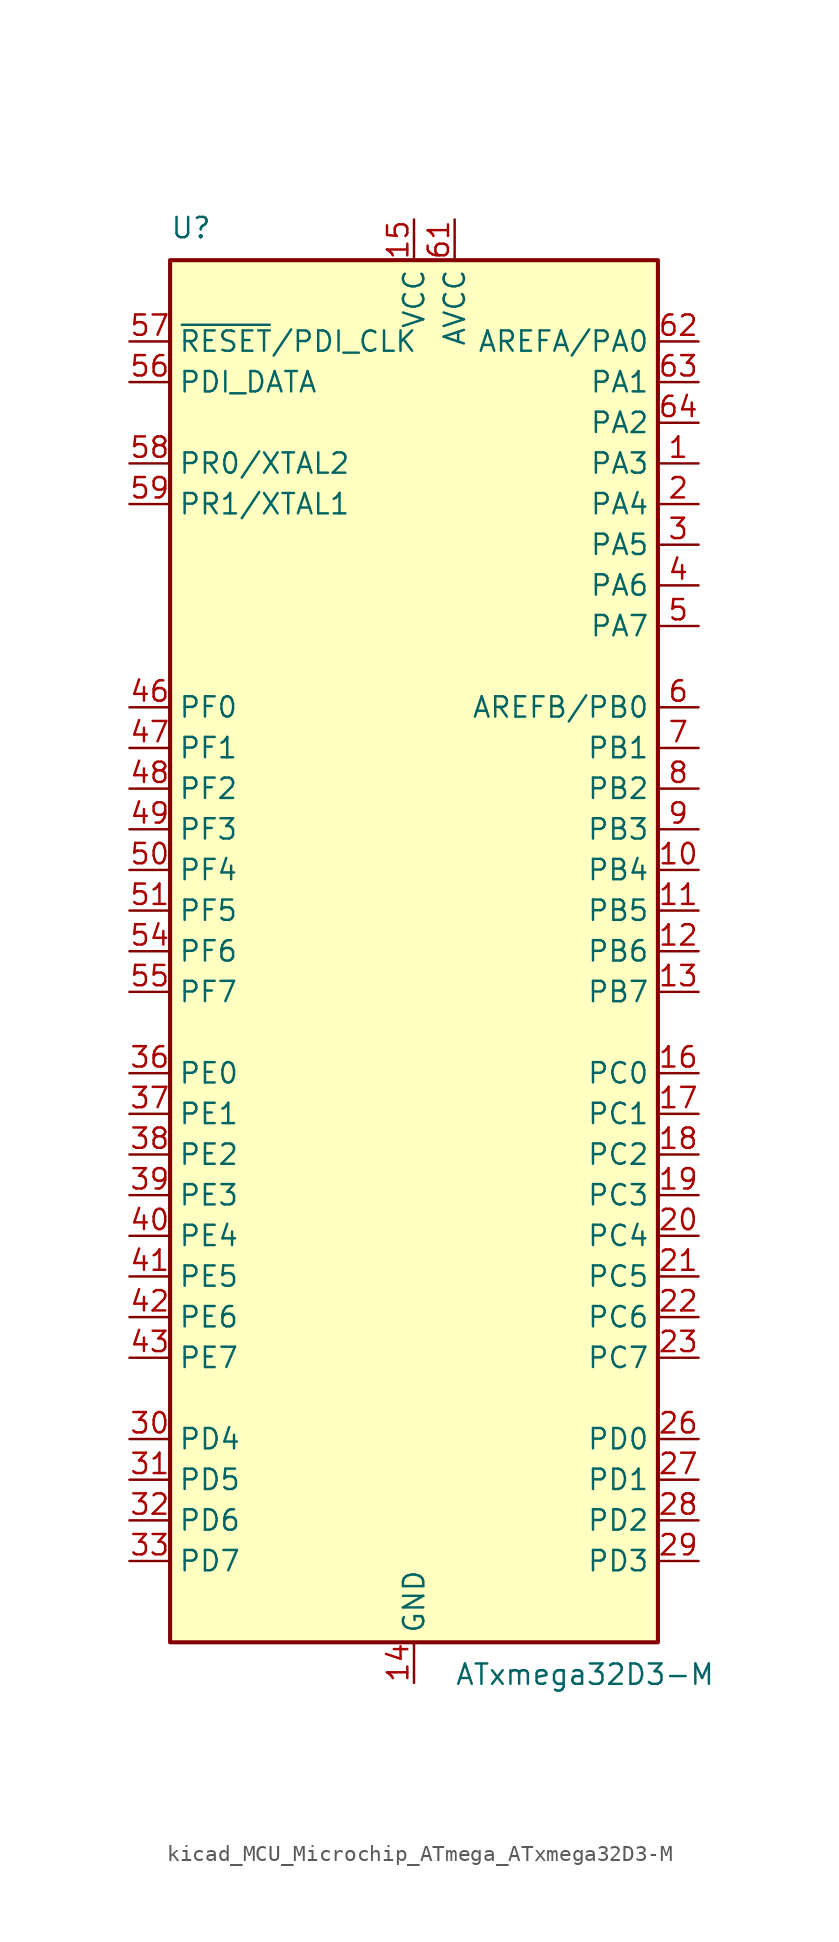
<source format=kicad_sym>
(kicad_symbol_lib
  (version 20220914)
  (generator kicad_symbol_editor)
  (symbol "kicad_MCU_Microchip_ATmega_ATxmega32D3-M"
    (property "Reference" "U"
      (at -15.24 44.45 0)
      (effects (font (size 1.27 1.27)) (justify left bottom)))
    (property "Value" "ATxmega32D3-M"
      (at 2.54 -44.45 0)
      (effects (font (size 1.27 1.27)) (justify left top)))
    (symbol "kicad_MCU_Microchip_ATmega_ATxmega32D3-M_0_1"
      (rectangle (start -15.24 -43.18) (end 15.24 43.18) (stroke (width 0.254) (type default)) (fill (type background))))
    (symbol "kicad_MCU_Microchip_ATmega_ATxmega32D3-M_1_1"
      (pin bidirectional line (at 17.78 30.48 180) (length 2.54) (name "PA3" (effects (font (size 1.27 1.27)))) (number "1" (effects (font (size 1.27 1.27)))))
      (pin bidirectional line (at 17.78 5.08 180) (length 2.54) (name "PB4" (effects (font (size 1.27 1.27)))) (number "10" (effects (font (size 1.27 1.27)))))
      (pin bidirectional line (at 17.78 2.54 180) (length 2.54) (name "PB5" (effects (font (size 1.27 1.27)))) (number "11" (effects (font (size 1.27 1.27)))))
      (pin bidirectional line (at 17.78 0 180) (length 2.54) (name "PB6" (effects (font (size 1.27 1.27)))) (number "12" (effects (font (size 1.27 1.27)))))
      (pin bidirectional line (at 17.78 -2.54 180) (length 2.54) (name "PB7" (effects (font (size 1.27 1.27)))) (number "13" (effects (font (size 1.27 1.27)))))
      (pin power_in line (at 0 -45.72 90) (length 2.54) (name "GND" (effects (font (size 1.27 1.27)))) (number "14" (effects (font (size 1.27 1.27)))))
      (pin power_in line (at 0 45.72 270) (length 2.54) (name "VCC" (effects (font (size 1.27 1.27)))) (number "15" (effects (font (size 1.27 1.27)))))
      (pin bidirectional line (at 17.78 -7.62 180) (length 2.54) (name "PC0" (effects (font (size 1.27 1.27)))) (number "16" (effects (font (size 1.27 1.27)))))
      (pin bidirectional line (at 17.78 -10.16 180) (length 2.54) (name "PC1" (effects (font (size 1.27 1.27)))) (number "17" (effects (font (size 1.27 1.27)))))
      (pin bidirectional line (at 17.78 -12.7 180) (length 2.54) (name "PC2" (effects (font (size 1.27 1.27)))) (number "18" (effects (font (size 1.27 1.27)))))
      (pin bidirectional line (at 17.78 -15.24 180) (length 2.54) (name "PC3" (effects (font (size 1.27 1.27)))) (number "19" (effects (font (size 1.27 1.27)))))
      (pin bidirectional line (at 17.78 27.94 180) (length 2.54) (name "PA4" (effects (font (size 1.27 1.27)))) (number "2" (effects (font (size 1.27 1.27)))))
      (pin bidirectional line (at 17.78 -17.78 180) (length 2.54) (name "PC4" (effects (font (size 1.27 1.27)))) (number "20" (effects (font (size 1.27 1.27)))))
      (pin bidirectional line (at 17.78 -20.32 180) (length 2.54) (name "PC5" (effects (font (size 1.27 1.27)))) (number "21" (effects (font (size 1.27 1.27)))))
      (pin bidirectional line (at 17.78 -22.86 180) (length 2.54) (name "PC6" (effects (font (size 1.27 1.27)))) (number "22" (effects (font (size 1.27 1.27)))))
      (pin bidirectional line (at 17.78 -25.4 180) (length 2.54) (name "PC7" (effects (font (size 1.27 1.27)))) (number "23" (effects (font (size 1.27 1.27)))))
      (pin passive line (at 0 -45.72 90) (length 2.54) hide (name "GND" (effects (font (size 1.27 1.27)))) (number "24" (effects (font (size 1.27 1.27)))))
      (pin passive line (at 0 45.72 270) (length 2.54) hide (name "VCC" (effects (font (size 1.27 1.27)))) (number "25" (effects (font (size 1.27 1.27)))))
      (pin bidirectional line (at 17.78 -30.48 180) (length 2.54) (name "PD0" (effects (font (size 1.27 1.27)))) (number "26" (effects (font (size 1.27 1.27)))))
      (pin bidirectional line (at 17.78 -33.02 180) (length 2.54) (name "PD1" (effects (font (size 1.27 1.27)))) (number "27" (effects (font (size 1.27 1.27)))))
      (pin bidirectional line (at 17.78 -35.56 180) (length 2.54) (name "PD2" (effects (font (size 1.27 1.27)))) (number "28" (effects (font (size 1.27 1.27)))))
      (pin bidirectional line (at 17.78 -38.1 180) (length 2.54) (name "PD3" (effects (font (size 1.27 1.27)))) (number "29" (effects (font (size 1.27 1.27)))))
      (pin bidirectional line (at 17.78 25.4 180) (length 2.54) (name "PA5" (effects (font (size 1.27 1.27)))) (number "3" (effects (font (size 1.27 1.27)))))
      (pin bidirectional line (at -17.78 -30.48 0) (length 2.54) (name "PD4" (effects (font (size 1.27 1.27)))) (number "30" (effects (font (size 1.27 1.27)))))
      (pin bidirectional line (at -17.78 -33.02 0) (length 2.54) (name "PD5" (effects (font (size 1.27 1.27)))) (number "31" (effects (font (size 1.27 1.27)))))
      (pin bidirectional line (at -17.78 -35.56 0) (length 2.54) (name "PD6" (effects (font (size 1.27 1.27)))) (number "32" (effects (font (size 1.27 1.27)))))
      (pin bidirectional line (at -17.78 -38.1 0) (length 2.54) (name "PD7" (effects (font (size 1.27 1.27)))) (number "33" (effects (font (size 1.27 1.27)))))
      (pin passive line (at 0 -45.72 90) (length 2.54) hide (name "GND" (effects (font (size 1.27 1.27)))) (number "34" (effects (font (size 1.27 1.27)))))
      (pin passive line (at 0 45.72 270) (length 2.54) hide (name "VCC" (effects (font (size 1.27 1.27)))) (number "35" (effects (font (size 1.27 1.27)))))
      (pin bidirectional line (at -17.78 -7.62 0) (length 2.54) (name "PE0" (effects (font (size 1.27 1.27)))) (number "36" (effects (font (size 1.27 1.27)))))
      (pin bidirectional line (at -17.78 -10.16 0) (length 2.54) (name "PE1" (effects (font (size 1.27 1.27)))) (number "37" (effects (font (size 1.27 1.27)))))
      (pin bidirectional line (at -17.78 -12.7 0) (length 2.54) (name "PE2" (effects (font (size 1.27 1.27)))) (number "38" (effects (font (size 1.27 1.27)))))
      (pin bidirectional line (at -17.78 -15.24 0) (length 2.54) (name "PE3" (effects (font (size 1.27 1.27)))) (number "39" (effects (font (size 1.27 1.27)))))
      (pin bidirectional line (at 17.78 22.86 180) (length 2.54) (name "PA6" (effects (font (size 1.27 1.27)))) (number "4" (effects (font (size 1.27 1.27)))))
      (pin bidirectional line (at -17.78 -17.78 0) (length 2.54) (name "PE4" (effects (font (size 1.27 1.27)))) (number "40" (effects (font (size 1.27 1.27)))))
      (pin bidirectional line (at -17.78 -20.32 0) (length 2.54) (name "PE5" (effects (font (size 1.27 1.27)))) (number "41" (effects (font (size 1.27 1.27)))))
      (pin bidirectional line (at -17.78 -22.86 0) (length 2.54) (name "PE6" (effects (font (size 1.27 1.27)))) (number "42" (effects (font (size 1.27 1.27)))))
      (pin bidirectional line (at -17.78 -25.4 0) (length 2.54) (name "PE7" (effects (font (size 1.27 1.27)))) (number "43" (effects (font (size 1.27 1.27)))))
      (pin passive line (at 0 -45.72 90) (length 2.54) hide (name "GND" (effects (font (size 1.27 1.27)))) (number "44" (effects (font (size 1.27 1.27)))))
      (pin passive line (at 0 45.72 270) (length 2.54) hide (name "VCC" (effects (font (size 1.27 1.27)))) (number "45" (effects (font (size 1.27 1.27)))))
      (pin bidirectional line (at -17.78 15.24 0) (length 2.54) (name "PF0" (effects (font (size 1.27 1.27)))) (number "46" (effects (font (size 1.27 1.27)))))
      (pin bidirectional line (at -17.78 12.7 0) (length 2.54) (name "PF1" (effects (font (size 1.27 1.27)))) (number "47" (effects (font (size 1.27 1.27)))))
      (pin bidirectional line (at -17.78 10.16 0) (length 2.54) (name "PF2" (effects (font (size 1.27 1.27)))) (number "48" (effects (font (size 1.27 1.27)))))
      (pin bidirectional line (at -17.78 7.62 0) (length 2.54) (name "PF3" (effects (font (size 1.27 1.27)))) (number "49" (effects (font (size 1.27 1.27)))))
      (pin bidirectional line (at 17.78 20.32 180) (length 2.54) (name "PA7" (effects (font (size 1.27 1.27)))) (number "5" (effects (font (size 1.27 1.27)))))
      (pin bidirectional line (at -17.78 5.08 0) (length 2.54) (name "PF4" (effects (font (size 1.27 1.27)))) (number "50" (effects (font (size 1.27 1.27)))))
      (pin bidirectional line (at -17.78 2.54 0) (length 2.54) (name "PF5" (effects (font (size 1.27 1.27)))) (number "51" (effects (font (size 1.27 1.27)))))
      (pin passive line (at 0 -45.72 90) (length 2.54) hide (name "GND" (effects (font (size 1.27 1.27)))) (number "52" (effects (font (size 1.27 1.27)))))
      (pin passive line (at 0 45.72 270) (length 2.54) hide (name "VCC" (effects (font (size 1.27 1.27)))) (number "53" (effects (font (size 1.27 1.27)))))
      (pin bidirectional line (at -17.78 0 0) (length 2.54) (name "PF6" (effects (font (size 1.27 1.27)))) (number "54" (effects (font (size 1.27 1.27)))))
      (pin bidirectional line (at -17.78 -2.54 0) (length 2.54) (name "PF7" (effects (font (size 1.27 1.27)))) (number "55" (effects (font (size 1.27 1.27)))))
      (pin bidirectional line (at -17.78 35.56 0) (length 2.54) (name "PDI_DATA" (effects (font (size 1.27 1.27)))) (number "56" (effects (font (size 1.27 1.27)))))
      (pin input line (at -17.78 38.1 0) (length 2.54) (name "~{RESET}/PDI_CLK" (effects (font (size 1.27 1.27)))) (number "57" (effects (font (size 1.27 1.27)))))
      (pin bidirectional line (at -17.78 30.48 0) (length 2.54) (name "PR0/XTAL2" (effects (font (size 1.27 1.27)))) (number "58" (effects (font (size 1.27 1.27)))))
      (pin bidirectional line (at -17.78 27.94 0) (length 2.54) (name "PR1/XTAL1" (effects (font (size 1.27 1.27)))) (number "59" (effects (font (size 1.27 1.27)))))
      (pin bidirectional line (at 17.78 15.24 180) (length 2.54) (name "AREFB/PB0" (effects (font (size 1.27 1.27)))) (number "6" (effects (font (size 1.27 1.27)))))
      (pin passive line (at 0 -45.72 90) (length 2.54) hide (name "GND" (effects (font (size 1.27 1.27)))) (number "60" (effects (font (size 1.27 1.27)))))
      (pin power_in line (at 2.54 45.72 270) (length 2.54) (name "AVCC" (effects (font (size 1.27 1.27)))) (number "61" (effects (font (size 1.27 1.27)))))
      (pin bidirectional line (at 17.78 38.1 180) (length 2.54) (name "AREFA/PA0" (effects (font (size 1.27 1.27)))) (number "62" (effects (font (size 1.27 1.27)))))
      (pin bidirectional line (at 17.78 35.56 180) (length 2.54) (name "PA1" (effects (font (size 1.27 1.27)))) (number "63" (effects (font (size 1.27 1.27)))))
      (pin bidirectional line (at 17.78 33.02 180) (length 2.54) (name "PA2" (effects (font (size 1.27 1.27)))) (number "64" (effects (font (size 1.27 1.27)))))
      (pin passive line (at 0 -45.72 90) (length 2.54) hide (name "GND" (effects (font (size 1.27 1.27)))) (number "65" (effects (font (size 1.27 1.27)))))
      (pin bidirectional line (at 17.78 12.7 180) (length 2.54) (name "PB1" (effects (font (size 1.27 1.27)))) (number "7" (effects (font (size 1.27 1.27)))))
      (pin bidirectional line (at 17.78 10.16 180) (length 2.54) (name "PB2" (effects (font (size 1.27 1.27)))) (number "8" (effects (font (size 1.27 1.27)))))
      (pin bidirectional line (at 17.78 7.62 180) (length 2.54) (name "PB3" (effects (font (size 1.27 1.27)))) (number "9" (effects (font (size 1.27 1.27))))))))
</source>
